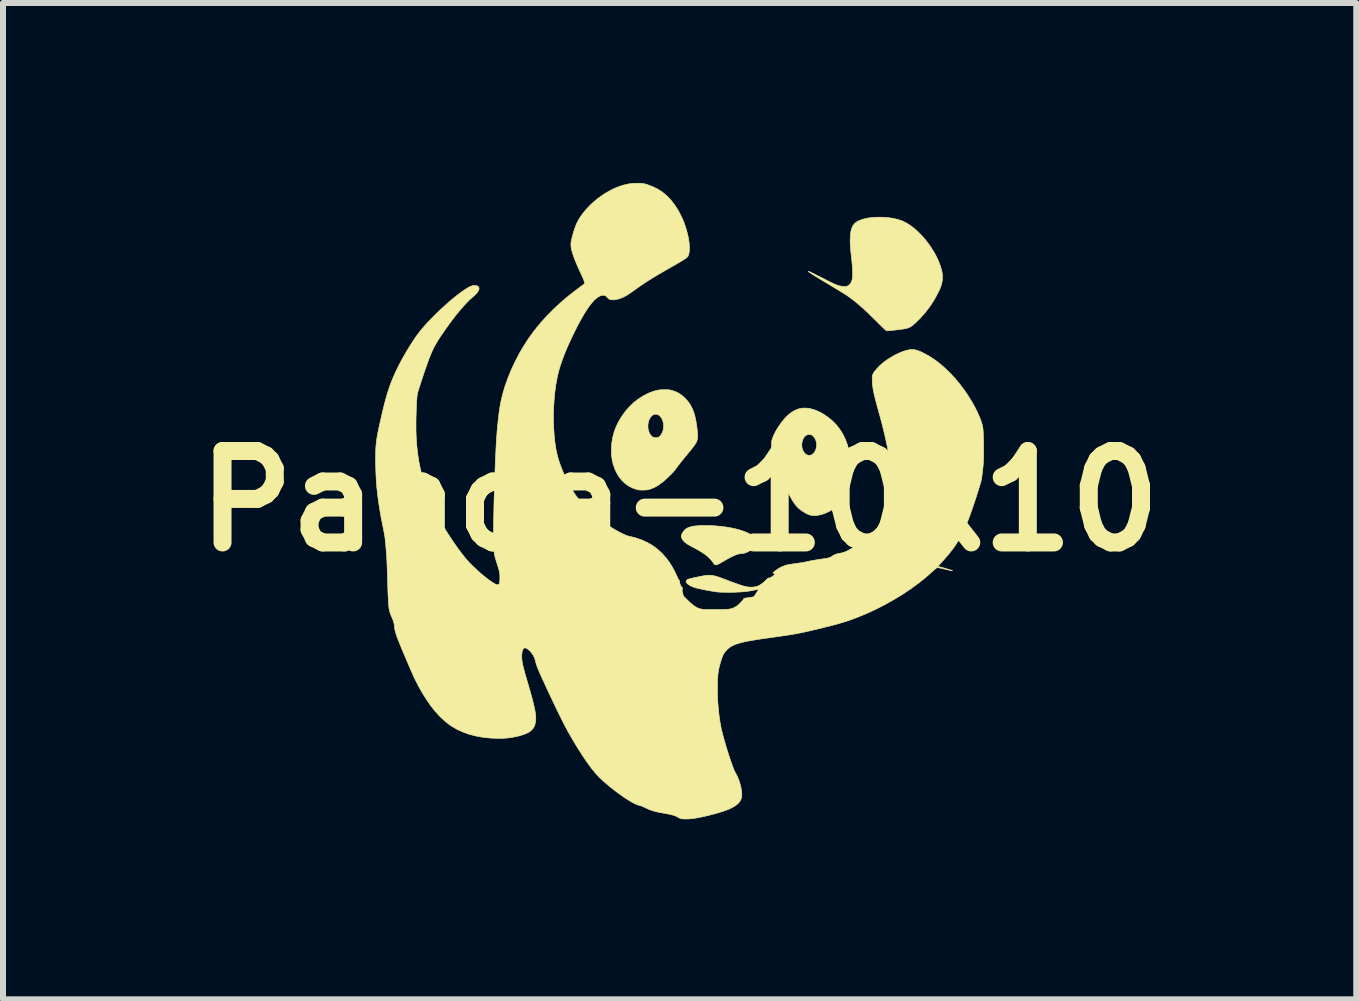
<source format=kicad_pcb>
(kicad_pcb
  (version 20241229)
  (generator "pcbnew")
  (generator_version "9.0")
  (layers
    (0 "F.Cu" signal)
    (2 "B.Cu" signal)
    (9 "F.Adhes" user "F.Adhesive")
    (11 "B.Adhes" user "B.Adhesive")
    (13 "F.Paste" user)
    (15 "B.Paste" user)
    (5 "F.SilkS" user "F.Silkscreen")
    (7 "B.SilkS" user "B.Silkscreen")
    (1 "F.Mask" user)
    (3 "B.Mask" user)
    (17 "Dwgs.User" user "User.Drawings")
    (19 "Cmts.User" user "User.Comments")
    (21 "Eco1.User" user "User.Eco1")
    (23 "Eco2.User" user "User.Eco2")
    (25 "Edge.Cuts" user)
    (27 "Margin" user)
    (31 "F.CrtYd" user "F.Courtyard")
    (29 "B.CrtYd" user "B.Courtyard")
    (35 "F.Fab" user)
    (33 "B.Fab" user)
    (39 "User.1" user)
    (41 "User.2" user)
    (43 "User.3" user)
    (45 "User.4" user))
  (footprint "Panda-10x10"
    (layer "F.Cu")
    (at 8.28 5.304)
    (property "Reference" "Panda-10x10" (at 0 0 0) (layer "F.SilkS") (effects (font (size 1.524 1.524) (thickness 0.3))))
    (attr through_hole)
    (fp_poly (pts (xy 0.514 0.408) (xy 0.6 0.413) (xy 0.684 0.421) (xy 0.766 0.431) (xy 0.844 0.444) (xy 0.918 0.459) (xy 0.987 0.477) (xy 1.049 0.496) (xy 1.105 0.517) (xy 1.152 0.539) (xy 1.191 0.563) (xy 1.219 0.588) (xy 1.224 0.593) (xy 1.243 0.625) (xy 1.253 0.658) (xy 1.254 0.693) (xy 1.246 0.728) (xy 1.23 0.762) (xy 1.206 0.794) (xy 1.176 0.822) (xy 1.141 0.845) (xy 1.099 0.863) (xy 1.072 0.87) (xy 1.049 0.874) (xy 1.028 0.877) (xy 1.014 0.878) (xy 0.986 0.881) (xy 0.95 0.892) (xy 0.906 0.91) (xy 0.855 0.934) (xy 0.795 0.966) (xy 0.728 1.005) (xy 0.726 1.006) (xy 0.686 1.029) (xy 0.654 1.047) (xy 0.63 1.058) (xy 0.615 1.062) (xy 0.6 1.064) (xy 0.59 1.061) (xy 0.581 1.053) (xy 0.575 1.045) (xy 0.563 1.031) (xy 0.548 1.011) (xy 0.532 0.99) (xy 0.529 0.986) (xy 0.5 0.953) (xy 0.464 0.92) (xy 0.421 0.886) (xy 0.369 0.851) (xy 0.308 0.815) (xy 0.246 0.781) (xy 0.201 0.758) (xy 0.166 0.738) (xy 0.137 0.721) (xy 0.114 0.706) (xy 0.095 0.692) (xy 0.078 0.677) (xy 0.068 0.666) (xy 0.044 0.635) (xy 0.03 0.604) (xy 0.028 0.583) (xy 0.031 0.567) (xy 0.04 0.545) (xy 0.053 0.522) (xy 0.069 0.5) (xy 0.077 0.49) (xy 0.099 0.469) (xy 0.125 0.451) (xy 0.157 0.437) (xy 0.194 0.426) (xy 0.238 0.417) (xy 0.291 0.412) (xy 0.352 0.408) (xy 0.423 0.407) (xy 0.428 0.407) (xy 0.514 0.408)) (stroke (width 0.01) (type solid)) (fill yes) (layer "F.SilkS"))
    (fp_poly (pts (xy 2.166 -1.544) (xy 2.181 -1.541) (xy 2.252 -1.52) (xy 2.325 -1.49) (xy 2.396 -1.451) (xy 2.466 -1.404) (xy 2.533 -1.351) (xy 2.594 -1.292) (xy 2.611 -1.274) (xy 2.67 -1.199) (xy 2.722 -1.116) (xy 2.765 -1.027) (xy 2.8 -0.931) (xy 2.827 -0.829) (xy 2.844 -0.72) (xy 2.853 -0.606) (xy 2.854 -0.487) (xy 2.849 -0.4) (xy 2.838 -0.306) (xy 2.819 -0.22) (xy 2.793 -0.142) (xy 2.76 -0.071) (xy 2.719 -0.008) (xy 2.67 0.048) (xy 2.613 0.098) (xy 2.579 0.122) (xy 2.513 0.162) (xy 2.448 0.194) (xy 2.385 0.218) (xy 2.323 0.234) (xy 2.266 0.241) (xy 2.213 0.24) (xy 2.185 0.235) (xy 2.149 0.224) (xy 2.109 0.205) (xy 2.067 0.18) (xy 2.025 0.152) (xy 1.987 0.122) (xy 1.955 0.09) (xy 1.95 0.085) (xy 1.925 0.054) (xy 1.898 0.016) (xy 1.869 -0.031) (xy 1.838 -0.086) (xy 1.804 -0.15) (xy 1.773 -0.213) (xy 1.729 -0.302) (xy 1.691 -0.383) (xy 1.657 -0.456) (xy 1.629 -0.521) (xy 1.604 -0.581) (xy 1.584 -0.635) (xy 1.567 -0.684) (xy 1.553 -0.729) (xy 1.55 -0.741) (xy 1.544 -0.767) (xy 1.539 -0.788) (xy 1.536 -0.808) (xy 1.534 -0.829) (xy 1.533 -0.853) (xy 1.533 -0.884) (xy 1.533 -0.903) (xy 1.533 -0.935) (xy 2.036 -0.935) (xy 2.04 -0.895) (xy 2.051 -0.856) (xy 2.057 -0.842) (xy 2.077 -0.808) (xy 2.101 -0.783) (xy 2.129 -0.768) (xy 2.157 -0.762) (xy 2.187 -0.766) (xy 2.206 -0.775) (xy 2.233 -0.796) (xy 2.256 -0.826) (xy 2.272 -0.861) (xy 2.282 -0.901) (xy 2.285 -0.942) (xy 2.28 -0.984) (xy 2.268 -1.023) (xy 2.267 -1.026) (xy 2.246 -1.061) (xy 2.222 -1.088) (xy 2.195 -1.105) (xy 2.165 -1.112) (xy 2.137 -1.109) (xy 2.108 -1.096) (xy 2.084 -1.075) (xy 2.064 -1.046) (xy 2.049 -1.012) (xy 2.04 -0.974) (xy 2.036 -0.935) (xy 1.533 -0.935) (xy 1.533 -0.938) (xy 1.533 -0.964) (xy 1.534 -0.984) (xy 1.536 -1.001) (xy 1.54 -1.016) (xy 1.544 -1.032) (xy 1.548 -1.044) (xy 1.566 -1.091) (xy 1.589 -1.139) (xy 1.617 -1.19) (xy 1.647 -1.238) (xy 1.701 -1.315) (xy 1.755 -1.38) (xy 1.81 -1.435) (xy 1.865 -1.479) (xy 1.922 -1.513) (xy 1.98 -1.536) (xy 2.04 -1.549) (xy 2.102 -1.551) (xy 2.166 -1.544)) (stroke (width 0.01) (type solid)) (fill yes) (layer "F.SilkS"))
    (fp_poly (pts (xy -0.219 -1.857) (xy -0.179 -1.855) (xy -0.145 -1.85) (xy -0.137 -1.848) (xy -0.072 -1.827) (xy -0.011 -1.797) (xy 0.045 -1.757) (xy 0.092 -1.714) (xy 0.136 -1.666) (xy 0.173 -1.614) (xy 0.204 -1.558) (xy 0.231 -1.496) (xy 0.253 -1.426) (xy 0.27 -1.349) (xy 0.281 -1.286) (xy 0.29 -1.218) (xy 0.297 -1.161) (xy 0.301 -1.113) (xy 0.301 -1.075) (xy 0.299 -1.048) (xy 0.299 -1.043) (xy 0.295 -1.025) (xy 0.29 -1.008) (xy 0.284 -0.992) (xy 0.276 -0.975) (xy 0.265 -0.957) (xy 0.251 -0.936) (xy 0.233 -0.911) (xy 0.21 -0.881) (xy 0.182 -0.846) (xy 0.147 -0.804) (xy 0.125 -0.776) (xy 0.085 -0.728) (xy 0.051 -0.686) (xy 0.022 -0.65) (xy -0.003 -0.618) (xy -0.025 -0.59) (xy -0.045 -0.563) (xy -0.065 -0.536) (xy -0.073 -0.524) (xy -0.089 -0.504) (xy -0.112 -0.478) (xy -0.14 -0.449) (xy -0.172 -0.418) (xy -0.205 -0.386) (xy -0.238 -0.356) (xy -0.27 -0.328) (xy -0.299 -0.305) (xy -0.303 -0.302) (xy -0.346 -0.271) (xy -0.386 -0.246) (xy -0.424 -0.226) (xy -0.464 -0.21) (xy -0.481 -0.203) (xy -0.505 -0.196) (xy -0.526 -0.19) (xy -0.547 -0.187) (xy -0.572 -0.185) (xy -0.602 -0.184) (xy -0.636 -0.184) (xy -0.662 -0.184) (xy -0.683 -0.187) (xy -0.704 -0.191) (xy -0.711 -0.193) (xy -0.784 -0.218) (xy -0.851 -0.252) (xy -0.911 -0.296) (xy -0.965 -0.348) (xy -1.013 -0.409) (xy -1.048 -0.468) (xy -1.081 -0.539) (xy -1.106 -0.61) (xy -1.124 -0.683) (xy -1.134 -0.76) (xy -1.137 -0.844) (xy -1.137 -0.85) (xy -1.132 -0.956) (xy -1.116 -1.058) (xy -1.09 -1.157) (xy -1.053 -1.253) (xy -1.045 -1.268) (xy -0.528 -1.268) (xy -0.528 -1.222) (xy -0.52 -1.179) (xy -0.506 -1.139) (xy -0.486 -1.105) (xy -0.461 -1.078) (xy -0.442 -1.065) (xy -0.42 -1.058) (xy -0.394 -1.056) (xy -0.368 -1.059) (xy -0.346 -1.067) (xy -0.344 -1.069) (xy -0.315 -1.097) (xy -0.293 -1.132) (xy -0.277 -1.172) (xy -0.269 -1.215) (xy -0.266 -1.26) (xy -0.271 -1.305) (xy -0.283 -1.347) (xy -0.301 -1.385) (xy -0.327 -1.417) (xy -0.329 -1.419) (xy -0.357 -1.439) (xy -0.386 -1.448) (xy -0.414 -1.448) (xy -0.442 -1.438) (xy -0.467 -1.419) (xy -0.489 -1.392) (xy -0.508 -1.356) (xy -0.522 -1.314) (xy -0.522 -1.313) (xy -0.528 -1.268) (xy -1.045 -1.268) (xy -1.017 -1.324) (xy -0.962 -1.416) (xy -0.9 -1.501) (xy -0.831 -1.578) (xy -0.758 -1.648) (xy -0.679 -1.708) (xy -0.596 -1.76) (xy -0.51 -1.803) (xy -0.421 -1.835) (xy -0.381 -1.845) (xy -0.347 -1.852) (xy -0.307 -1.856) (xy -0.263 -1.857) (xy -0.219 -1.857)) (stroke (width 0.01) (type solid)) (fill yes) (layer "F.SilkS"))
    (fp_poly (pts (xy 3.389 -4.732) (xy 3.475 -4.726) (xy 3.558 -4.714) (xy 3.636 -4.696) (xy 3.707 -4.673) (xy 3.716 -4.669) (xy 3.777 -4.639) (xy 3.84 -4.6) (xy 3.904 -4.552) (xy 3.967 -4.497) (xy 4.03 -4.435) (xy 4.09 -4.367) (xy 4.147 -4.294) (xy 4.2 -4.218) (xy 4.248 -4.139) (xy 4.276 -4.087) (xy 4.315 -4.006) (xy 4.344 -3.93) (xy 4.366 -3.86) (xy 4.379 -3.794) (xy 4.383 -3.732) (xy 4.379 -3.673) (xy 4.368 -3.617) (xy 4.363 -3.6) (xy 4.344 -3.55) (xy 4.319 -3.494) (xy 4.288 -3.434) (xy 4.254 -3.372) (xy 4.217 -3.311) (xy 4.178 -3.252) (xy 4.164 -3.234) (xy 4.126 -3.183) (xy 4.086 -3.133) (xy 4.043 -3.084) (xy 4.001 -3.038) (xy 3.959 -2.997) (xy 3.92 -2.96) (xy 3.883 -2.929) (xy 3.85 -2.906) (xy 3.833 -2.897) (xy 3.812 -2.888) (xy 3.783 -2.879) (xy 3.747 -2.872) (xy 3.703 -2.865) (xy 3.649 -2.858) (xy 3.596 -2.852) (xy 3.558 -2.848) (xy 3.524 -2.845) (xy 3.495 -2.842) (xy 3.472 -2.84) (xy 3.457 -2.838) (xy 3.452 -2.838) (xy 3.446 -2.842) (xy 3.433 -2.853) (xy 3.414 -2.87) (xy 3.39 -2.893) (xy 3.361 -2.921) (xy 3.328 -2.953) (xy 3.293 -2.989) (xy 3.285 -2.996) (xy 3.206 -3.074) (xy 3.133 -3.145) (xy 3.065 -3.208) (xy 3 -3.265) (xy 2.937 -3.318) (xy 2.876 -3.366) (xy 2.816 -3.41) (xy 2.797 -3.424) (xy 2.782 -3.433) (xy 2.759 -3.448) (xy 2.729 -3.467) (xy 2.692 -3.49) (xy 2.651 -3.515) (xy 2.606 -3.542) (xy 2.559 -3.571) (xy 2.51 -3.6) (xy 2.507 -3.602) (xy 2.432 -3.647) (xy 2.366 -3.687) (xy 2.309 -3.721) (xy 2.261 -3.751) (xy 2.222 -3.775) (xy 2.191 -3.795) (xy 2.168 -3.811) (xy 2.153 -3.821) (xy 2.146 -3.828) (xy 2.146 -3.83) (xy 2.151 -3.83) (xy 2.16 -3.827) (xy 2.175 -3.82) (xy 2.197 -3.81) (xy 2.225 -3.797) (xy 2.26 -3.779) (xy 2.304 -3.757) (xy 2.356 -3.731) (xy 2.417 -3.7) (xy 2.424 -3.696) (xy 2.479 -3.668) (xy 2.526 -3.644) (xy 2.566 -3.626) (xy 2.599 -3.611) (xy 2.629 -3.6) (xy 2.654 -3.591) (xy 2.678 -3.586) (xy 2.701 -3.582) (xy 2.724 -3.58) (xy 2.728 -3.58) (xy 2.754 -3.578) (xy 2.772 -3.579) (xy 2.786 -3.581) (xy 2.797 -3.585) (xy 2.803 -3.588) (xy 2.83 -3.606) (xy 2.852 -3.631) (xy 2.868 -3.663) (xy 2.877 -3.694) (xy 2.882 -3.719) (xy 2.884 -3.754) (xy 2.885 -3.797) (xy 2.883 -3.846) (xy 2.881 -3.901) (xy 2.876 -3.96) (xy 2.87 -4.021) (xy 2.869 -4.028) (xy 2.863 -4.088) (xy 2.857 -4.139) (xy 2.853 -4.182) (xy 2.849 -4.218) (xy 2.847 -4.249) (xy 2.845 -4.275) (xy 2.844 -4.3) (xy 2.844 -4.324) (xy 2.844 -4.348) (xy 2.845 -4.374) (xy 2.845 -4.378) (xy 2.849 -4.444) (xy 2.857 -4.5) (xy 2.87 -4.547) (xy 2.888 -4.587) (xy 2.911 -4.62) (xy 2.942 -4.648) (xy 2.979 -4.67) (xy 3.025 -4.689) (xy 3.062 -4.701) (xy 3.137 -4.718) (xy 3.218 -4.729) (xy 3.302 -4.733) (xy 3.389 -4.732)) (stroke (width 0.01) (type solid)) (fill yes) (layer "F.SilkS"))
    (fp_poly (pts (xy -0.652 -5.298) (xy -0.626 -5.296) (xy -0.604 -5.293) (xy -0.583 -5.289) (xy -0.559 -5.282) (xy -0.538 -5.276) (xy -0.449 -5.243) (xy -0.366 -5.202) (xy -0.289 -5.153) (xy -0.218 -5.095) (xy -0.152 -5.027) (xy -0.091 -4.951) (xy -0.034 -4.865) (xy 0.013 -4.779) (xy 0.034 -4.735) (xy 0.052 -4.696) (xy 0.068 -4.658) (xy 0.083 -4.617) (xy 0.094 -4.586) (xy 0.116 -4.515) (xy 0.134 -4.445) (xy 0.149 -4.377) (xy 0.158 -4.312) (xy 0.163 -4.252) (xy 0.164 -4.197) (xy 0.16 -4.149) (xy 0.152 -4.11) (xy 0.143 -4.089) (xy 0.139 -4.081) (xy 0.134 -4.074) (xy 0.126 -4.066) (xy 0.116 -4.057) (xy 0.102 -4.046) (xy 0.084 -4.034) (xy 0.06 -4.019) (xy 0.031 -4.001) (xy -0.005 -3.98) (xy -0.047 -3.955) (xy -0.098 -3.926) (xy -0.158 -3.892) (xy -0.177 -3.881) (xy -0.254 -3.836) (xy -0.322 -3.797) (xy -0.383 -3.761) (xy -0.438 -3.728) (xy -0.488 -3.697) (xy -0.535 -3.668) (xy -0.578 -3.639) (xy -0.621 -3.611) (xy -0.663 -3.582) (xy -0.707 -3.551) (xy -0.752 -3.519) (xy -0.754 -3.517) (xy -0.795 -3.488) (xy -0.829 -3.464) (xy -0.858 -3.445) (xy -0.883 -3.429) (xy -0.907 -3.416) (xy -0.931 -3.404) (xy -0.953 -3.394) (xy -1.003 -3.374) (xy -1.048 -3.362) (xy -1.09 -3.356) (xy -1.11 -3.355) (xy -1.148 -3.358) (xy -1.178 -3.369) (xy -1.2 -3.388) (xy -1.206 -3.395) (xy -1.224 -3.416) (xy -1.245 -3.428) (xy -1.272 -3.432) (xy -1.276 -3.432) (xy -1.309 -3.427) (xy -1.343 -3.412) (xy -1.379 -3.388) (xy -1.418 -3.355) (xy -1.458 -3.311) (xy -1.5 -3.258) (xy -1.544 -3.195) (xy -1.591 -3.121) (xy -1.639 -3.037) (xy -1.691 -2.943) (xy -1.744 -2.838) (xy -1.772 -2.782) (xy -1.824 -2.672) (xy -1.872 -2.565) (xy -1.915 -2.462) (xy -1.952 -2.365) (xy -1.984 -2.273) (xy -2.01 -2.189) (xy -2.021 -2.148) (xy -2.044 -2.043) (xy -2.064 -1.932) (xy -2.08 -1.815) (xy -2.091 -1.695) (xy -2.099 -1.572) (xy -2.103 -1.448) (xy -2.103 -1.325) (xy -2.098 -1.205) (xy -2.09 -1.088) (xy -2.078 -0.976) (xy -2.062 -0.87) (xy -2.041 -0.773) (xy -2.03 -0.729) (xy -2.008 -0.658) (xy -1.981 -0.581) (xy -1.949 -0.501) (xy -1.914 -0.421) (xy -1.877 -0.342) (xy -1.839 -0.269) (xy -1.811 -0.217) (xy -1.745 -0.114) (xy -1.673 -0.017) (xy -1.595 0.075) (xy -1.509 0.162) (xy -1.415 0.245) (xy -1.312 0.325) (xy -1.2 0.402) (xy -1.104 0.461) (xy -1.062 0.486) (xy -1.019 0.509) (xy -0.977 0.531) (xy -0.937 0.55) (xy -0.902 0.566) (xy -0.873 0.578) (xy -0.851 0.584) (xy -0.848 0.585) (xy -0.738 0.611) (xy -0.636 0.646) (xy -0.54 0.689) (xy -0.45 0.741) (xy -0.368 0.802) (xy -0.292 0.872) (xy -0.222 0.951) (xy -0.166 1.027) (xy -0.145 1.061) (xy -0.121 1.101) (xy -0.097 1.145) (xy -0.074 1.189) (xy -0.054 1.231) (xy -0.037 1.267) (xy -0.033 1.277) (xy -0.025 1.295) (xy -0.016 1.31) (xy -0.01 1.316) (xy -0.003 1.325) (xy -0.000092 1.34) (xy 0.000121 1.347) (xy 0.006 1.38) (xy 0.021 1.414) (xy 0.039 1.438) (xy 0.049 1.45) (xy 0.053 1.458) (xy 0.051 1.464) (xy 0.048 1.468) (xy 0.043 1.474) (xy 0.042 1.48) (xy 0.042 1.49) (xy 0.045 1.506) (xy 0.051 1.53) (xy 0.063 1.582) (xy 0.13 1.649) (xy 0.174 1.691) (xy 0.213 1.725) (xy 0.249 1.752) (xy 0.282 1.772) (xy 0.299 1.78) (xy 0.315 1.787) (xy 0.331 1.793) (xy 0.347 1.797) (xy 0.365 1.801) (xy 0.387 1.804) (xy 0.412 1.806) (xy 0.443 1.807) (xy 0.481 1.808) (xy 0.528 1.808) (xy 0.583 1.808) (xy 0.596 1.808) (xy 0.656 1.808) (xy 0.706 1.808) (xy 0.748 1.807) (xy 0.782 1.805) (xy 0.811 1.803) (xy 0.835 1.8) (xy 0.855 1.795) (xy 0.874 1.79) (xy 0.893 1.783) (xy 0.912 1.774) (xy 0.921 1.769) (xy 0.946 1.755) (xy 0.97 1.738) (xy 0.995 1.716) (xy 1.01 1.701) (xy 1.029 1.681) (xy 1.046 1.662) (xy 1.059 1.647) (xy 1.065 1.637) (xy 1.069 1.629) (xy 1.074 1.623) (xy 1.082 1.62) (xy 1.097 1.617) (xy 1.12 1.614) (xy 1.123 1.613) (xy 1.15 1.61) (xy 1.179 1.605) (xy 1.203 1.602) (xy 1.208 1.601) (xy 1.227 1.597) (xy 1.239 1.592) (xy 1.247 1.584) (xy 1.256 1.571) (xy 1.257 1.569) (xy 1.268 1.551) (xy 1.282 1.529) (xy 1.296 1.508) (xy 1.307 1.491) (xy 1.315 1.478) (xy 1.318 1.471) (xy 1.318 1.471) (xy 1.312 1.471) (xy 1.298 1.473) (xy 1.283 1.476) (xy 1.205 1.493) (xy 1.118 1.506) (xy 1.02 1.515) (xy 0.912 1.52) (xy 0.82 1.521) (xy 0.769 1.52) (xy 0.726 1.52) (xy 0.688 1.519) (xy 0.653 1.517) (xy 0.62 1.514) (xy 0.585 1.509) (xy 0.548 1.503) (xy 0.505 1.496) (xy 0.455 1.486) (xy 0.417 1.479) (xy 0.36 1.467) (xy 0.312 1.457) (xy 0.272 1.447) (xy 0.239 1.437) (xy 0.211 1.426) (xy 0.187 1.415) (xy 0.165 1.403) (xy 0.155 1.396) (xy 0.129 1.377) (xy 0.114 1.36) (xy 0.109 1.344) (xy 0.112 1.328) (xy 0.113 1.326) (xy 0.124 1.313) (xy 0.136 1.304) (xy 0.151 1.3) (xy 0.174 1.294) (xy 0.204 1.286) (xy 0.239 1.278) (xy 0.277 1.27) (xy 0.316 1.262) (xy 0.354 1.254) (xy 0.389 1.248) (xy 0.419 1.242) (xy 0.442 1.239) (xy 0.453 1.238) (xy 0.479 1.236) (xy 0.504 1.236) (xy 0.529 1.238) (xy 0.555 1.241) (xy 0.583 1.247) (xy 0.615 1.256) (xy 0.651 1.267) (xy 0.694 1.282) (xy 0.745 1.301) (xy 0.803 1.323) (xy 0.82 1.33) (xy 0.893 1.357) (xy 0.957 1.38) (xy 1.012 1.399) (xy 1.059 1.414) (xy 1.099 1.424) (xy 1.13 1.431) (xy 1.165 1.434) (xy 1.204 1.435) (xy 1.243 1.432) (xy 1.278 1.426) (xy 1.298 1.42) (xy 1.332 1.403) (xy 1.368 1.38) (xy 1.406 1.35) (xy 1.443 1.316) (xy 1.443 1.315) (xy 1.462 1.297) (xy 1.474 1.286) (xy 1.483 1.281) (xy 1.489 1.281) (xy 1.492 1.282) (xy 1.499 1.283) (xy 1.508 1.28) (xy 1.521 1.273) (xy 1.541 1.26) (xy 1.547 1.255) (xy 1.592 1.224) (xy 1.556 1.194) (xy 1.58 1.174) (xy 1.634 1.134) (xy 1.693 1.1) (xy 1.755 1.075) (xy 1.786 1.066) (xy 1.806 1.061) (xy 1.835 1.056) (xy 1.868 1.051) (xy 1.905 1.045) (xy 1.935 1.041) (xy 1.975 1.036) (xy 2.006 1.031) (xy 2.031 1.028) (xy 2.055 1.024) (xy 2.078 1.019) (xy 2.105 1.014) (xy 2.137 1.007) (xy 2.167 1) (xy 2.198 0.994) (xy 2.236 0.987) (xy 2.278 0.98) (xy 2.322 0.973) (xy 2.363 0.967) (xy 2.363 0.967) (xy 2.408 0.96) (xy 2.444 0.955) (xy 2.472 0.949) (xy 2.494 0.943) (xy 2.512 0.937) (xy 2.528 0.929) (xy 2.543 0.919) (xy 2.552 0.913) (xy 2.591 0.891) (xy 2.637 0.876) (xy 2.671 0.87) (xy 2.701 0.865) (xy 2.731 0.857) (xy 2.764 0.845) (xy 2.802 0.827) (xy 2.82 0.818) (xy 2.885 0.781) (xy 2.955 0.736) (xy 3.026 0.684) (xy 3.099 0.627) (xy 3.171 0.566) (xy 3.241 0.503) (xy 3.306 0.438) (xy 3.366 0.373) (xy 3.419 0.31) (xy 3.436 0.288) (xy 3.464 0.248) (xy 3.487 0.206) (xy 3.506 0.163) (xy 3.521 0.117) (xy 3.532 0.066) (xy 3.54 0.01) (xy 3.545 -0.055) (xy 3.547 -0.128) (xy 3.547 -0.16) (xy 3.543 -0.301) (xy 3.532 -0.449) (xy 3.514 -0.604) (xy 3.489 -0.767) (xy 3.457 -0.937) (xy 3.418 -1.115) (xy 3.372 -1.301) (xy 3.325 -1.472) (xy 3.3 -1.562) (xy 3.278 -1.643) (xy 3.26 -1.715) (xy 3.244 -1.78) (xy 3.232 -1.838) (xy 3.223 -1.89) (xy 3.217 -1.936) (xy 3.213 -1.979) (xy 3.212 -2.018) (xy 3.212 -2.018) (xy 3.211 -2.048) (xy 3.212 -2.069) (xy 3.213 -2.085) (xy 3.216 -2.097) (xy 3.221 -2.11) (xy 3.228 -2.125) (xy 3.229 -2.127) (xy 3.244 -2.152) (xy 3.267 -2.182) (xy 3.295 -2.214) (xy 3.328 -2.248) (xy 3.363 -2.281) (xy 3.399 -2.311) (xy 3.411 -2.321) (xy 3.473 -2.365) (xy 3.537 -2.405) (xy 3.601 -2.441) (xy 3.666 -2.471) (xy 3.728 -2.496) (xy 3.787 -2.514) (xy 3.841 -2.525) (xy 3.862 -2.527) (xy 3.89 -2.527) (xy 3.919 -2.524) (xy 3.95 -2.516) (xy 3.986 -2.504) (xy 4.027 -2.487) (xy 4.072 -2.465) (xy 4.159 -2.418) (xy 4.248 -2.36) (xy 4.336 -2.294) (xy 4.423 -2.218) (xy 4.509 -2.135) (xy 4.593 -2.045) (xy 4.673 -1.948) (xy 4.75 -1.846) (xy 4.791 -1.786) (xy 4.835 -1.717) (xy 4.878 -1.646) (xy 4.918 -1.575) (xy 4.954 -1.505) (xy 4.985 -1.437) (xy 5.011 -1.375) (xy 5.03 -1.323) (xy 5.038 -1.297) (xy 5.045 -1.272) (xy 5.05 -1.248) (xy 5.055 -1.223) (xy 5.059 -1.196) (xy 5.061 -1.165) (xy 5.063 -1.129) (xy 5.065 -1.087) (xy 5.066 -1.037) (xy 5.067 -0.978) (xy 5.068 -0.953) (xy 5.068 -0.873) (xy 5.068 -0.803) (xy 5.067 -0.74) (xy 5.065 -0.682) (xy 5.063 -0.628) (xy 5.059 -0.575) (xy 5.053 -0.522) (xy 5.047 -0.467) (xy 5.046 -0.461) (xy 5.042 -0.429) (xy 5.038 -0.402) (xy 5.035 -0.377) (xy 5.03 -0.354) (xy 5.025 -0.33) (xy 5.018 -0.304) (xy 5.009 -0.274) (xy 4.998 -0.238) (xy 4.985 -0.195) (xy 4.973 -0.157) (xy 4.936 -0.041) (xy 4.9 0.066) (xy 4.867 0.164) (xy 4.835 0.253) (xy 4.803 0.336) (xy 4.772 0.411) (xy 4.741 0.481) (xy 4.71 0.546) (xy 4.678 0.608) (xy 4.644 0.666) (xy 4.608 0.722) (xy 4.571 0.776) (xy 4.53 0.83) (xy 4.487 0.884) (xy 4.44 0.939) (xy 4.389 0.996) (xy 4.375 1.012) (xy 4.349 1.041) (xy 4.33 1.062) (xy 4.317 1.077) (xy 4.309 1.087) (xy 4.306 1.093) (xy 4.307 1.095) (xy 4.312 1.096) (xy 4.314 1.095) (xy 4.326 1.095) (xy 4.347 1.099) (xy 4.376 1.106) (xy 4.414 1.117) (xy 4.434 1.123) (xy 4.472 1.135) (xy 4.501 1.144) (xy 4.522 1.15) (xy 4.536 1.155) (xy 4.545 1.158) (xy 4.549 1.16) (xy 4.55 1.161) (xy 4.55 1.162) (xy 4.549 1.162) (xy 4.543 1.162) (xy 4.528 1.16) (xy 4.507 1.155) (xy 4.482 1.149) (xy 4.478 1.148) (xy 4.421 1.134) (xy 4.375 1.124) (xy 4.339 1.116) (xy 4.314 1.111) (xy 4.299 1.109) (xy 4.298 1.109) (xy 4.288 1.113) (xy 4.271 1.125) (xy 4.247 1.145) (xy 4.22 1.169) (xy 4.107 1.269) (xy 3.985 1.367) (xy 3.854 1.463) (xy 3.716 1.555) (xy 3.573 1.642) (xy 3.425 1.725) (xy 3.274 1.802) (xy 3.122 1.873) (xy 2.969 1.936) (xy 2.818 1.992) (xy 2.673 2.037) (xy 2.64 2.047) (xy 2.598 2.058) (xy 2.549 2.071) (xy 2.494 2.085) (xy 2.436 2.099) (xy 2.376 2.114) (xy 2.317 2.129) (xy 2.259 2.143) (xy 2.205 2.155) (xy 2.156 2.167) (xy 2.153 2.167) (xy 2.104 2.178) (xy 2.057 2.189) (xy 2.012 2.198) (xy 1.966 2.207) (xy 1.92 2.215) (xy 1.872 2.224) (xy 1.819 2.232) (xy 1.762 2.241) (xy 1.698 2.25) (xy 1.627 2.26) (xy 1.546 2.272) (xy 1.502 2.278) (xy 1.402 2.292) (xy 1.313 2.305) (xy 1.234 2.318) (xy 1.163 2.33) (xy 1.1 2.342) (xy 1.045 2.355) (xy 0.997 2.368) (xy 0.954 2.381) (xy 0.917 2.395) (xy 0.884 2.41) (xy 0.856 2.425) (xy 0.83 2.443) (xy 0.807 2.461) (xy 0.797 2.47) (xy 0.771 2.497) (xy 0.749 2.525) (xy 0.729 2.558) (xy 0.712 2.597) (xy 0.695 2.643) (xy 0.679 2.697) (xy 0.669 2.734) (xy 0.659 2.772) (xy 0.652 2.808) (xy 0.646 2.843) (xy 0.641 2.878) (xy 0.637 2.917) (xy 0.635 2.961) (xy 0.633 3.011) (xy 0.631 3.068) (xy 0.631 3.168) (xy 0.633 3.272) (xy 0.639 3.377) (xy 0.648 3.482) (xy 0.659 3.583) (xy 0.673 3.679) (xy 0.689 3.766) (xy 0.692 3.782) (xy 0.705 3.836) (xy 0.72 3.897) (xy 0.739 3.965) (xy 0.759 4.036) (xy 0.78 4.109) (xy 0.803 4.182) (xy 0.825 4.252) (xy 0.847 4.317) (xy 0.862 4.359) (xy 0.877 4.401) (xy 0.889 4.435) (xy 0.899 4.461) (xy 0.908 4.483) (xy 0.916 4.501) (xy 0.924 4.518) (xy 0.934 4.535) (xy 0.943 4.552) (xy 0.966 4.598) (xy 0.987 4.65) (xy 1.006 4.706) (xy 1.02 4.762) (xy 1.031 4.818) (xy 1.037 4.869) (xy 1.037 4.913) (xy 1.037 4.915) (xy 1.029 4.956) (xy 1.013 4.994) (xy 0.987 5.029) (xy 0.952 5.062) (xy 0.906 5.094) (xy 0.85 5.123) (xy 0.848 5.125) (xy 0.807 5.142) (xy 0.757 5.161) (xy 0.699 5.18) (xy 0.636 5.199) (xy 0.569 5.218) (xy 0.499 5.236) (xy 0.429 5.253) (xy 0.359 5.268) (xy 0.293 5.281) (xy 0.231 5.291) (xy 0.226 5.292) (xy 0.191 5.296) (xy 0.153 5.299) (xy 0.115 5.3) (xy 0.08 5.3) (xy 0.049 5.298) (xy 0.025 5.295) (xy 0.015 5.292) (xy -0.001 5.285) (xy -0.021 5.275) (xy -0.037 5.265) (xy -0.055 5.256) (xy -0.076 5.247) (xy -0.099 5.239) (xy -0.129 5.231) (xy -0.164 5.222) (xy -0.208 5.214) (xy -0.262 5.204) (xy -0.262 5.204) (xy -0.324 5.193) (xy -0.376 5.182) (xy -0.422 5.17) (xy -0.463 5.158) (xy -0.502 5.144) (xy -0.54 5.127) (xy -0.57 5.113) (xy -0.604 5.097) (xy -0.635 5.084) (xy -0.659 5.075) (xy -0.674 5.072) (xy -0.7 5.065) (xy -0.734 5.051) (xy -0.773 5.032) (xy -0.818 5.006) (xy -0.868 4.976) (xy -0.921 4.941) (xy -0.976 4.903) (xy -1.033 4.862) (xy -1.09 4.818) (xy -1.148 4.773) (xy -1.204 4.726) (xy -1.258 4.68) (xy -1.309 4.633) (xy -1.328 4.616) (xy -1.378 4.563) (xy -1.432 4.501) (xy -1.489 4.428) (xy -1.55 4.344) (xy -1.613 4.25) (xy -1.681 4.145) (xy -1.738 4.053) (xy -1.77 3.998) (xy -1.801 3.946) (xy -1.831 3.894) (xy -1.86 3.843) (xy -1.888 3.79) (xy -1.917 3.736) (xy -1.947 3.678) (xy -1.978 3.616) (xy -2.012 3.548) (xy -2.047 3.475) (xy -2.086 3.394) (xy -2.128 3.305) (xy -2.161 3.236) (xy -2.2 3.153) (xy -2.234 3.079) (xy -2.264 3.013) (xy -2.291 2.956) (xy -2.313 2.906) (xy -2.333 2.862) (xy -2.349 2.824) (xy -2.363 2.791) (xy -2.374 2.763) (xy -2.383 2.738) (xy -2.39 2.716) (xy -2.395 2.697) (xy -2.4 2.679) (xy -2.402 2.67) (xy -2.418 2.614) (xy -2.445 2.562) (xy -2.481 2.514) (xy -2.503 2.492) (xy -2.53 2.469) (xy -2.552 2.454) (xy -2.57 2.448) (xy -2.587 2.449) (xy -2.589 2.449) (xy -2.604 2.46) (xy -2.616 2.481) (xy -2.625 2.509) (xy -2.63 2.545) (xy -2.632 2.586) (xy -2.63 2.633) (xy -2.629 2.642) (xy -2.626 2.665) (xy -2.623 2.688) (xy -2.619 2.713) (xy -2.613 2.739) (xy -2.606 2.769) (xy -2.597 2.804) (xy -2.586 2.845) (xy -2.573 2.893) (xy -2.556 2.95) (xy -2.543 2.995) (xy -2.516 3.087) (xy -2.492 3.17) (xy -2.472 3.243) (xy -2.454 3.309) (xy -2.439 3.367) (xy -2.427 3.418) (xy -2.417 3.463) (xy -2.409 3.504) (xy -2.404 3.539) (xy -2.4 3.572) (xy -2.398 3.601) (xy -2.398 3.628) (xy -2.399 3.654) (xy -2.401 3.674) (xy -2.41 3.719) (xy -2.424 3.758) (xy -2.445 3.793) (xy -2.472 3.823) (xy -2.508 3.85) (xy -2.552 3.873) (xy -2.606 3.894) (xy -2.669 3.913) (xy -2.724 3.926) (xy -2.78 3.937) (xy -2.83 3.945) (xy -2.88 3.951) (xy -2.931 3.954) (xy -2.989 3.956) (xy -3.026 3.956) (xy -3.154 3.951) (xy -3.277 3.938) (xy -3.395 3.917) (xy -3.507 3.888) (xy -3.613 3.85) (xy -3.712 3.805) (xy -3.803 3.751) (xy -3.843 3.724) (xy -3.919 3.663) (xy -3.995 3.592) (xy -4.07 3.51) (xy -4.143 3.419) (xy -4.214 3.317) (xy -4.284 3.207) (xy -4.352 3.087) (xy -4.413 2.967) (xy -4.425 2.942) (xy -4.44 2.908) (xy -4.458 2.867) (xy -4.479 2.821) (xy -4.501 2.769) (xy -4.525 2.714) (xy -4.549 2.657) (xy -4.574 2.599) (xy -4.598 2.542) (xy -4.622 2.485) (xy -4.644 2.431) (xy -4.665 2.381) (xy -4.683 2.336) (xy -4.699 2.296) (xy -4.711 2.265) (xy -4.719 2.241) (xy -4.721 2.236) (xy -4.731 2.203) (xy -4.741 2.168) (xy -4.748 2.135) (xy -4.753 2.106) (xy -4.754 2.086) (xy -4.758 2.051) (xy -4.769 2.01) (xy -4.785 1.963) (xy -4.801 1.929) (xy -4.81 1.908) (xy -4.818 1.887) (xy -4.826 1.866) (xy -4.832 1.845) (xy -4.838 1.821) (xy -4.843 1.794) (xy -4.847 1.763) (xy -4.85 1.728) (xy -4.854 1.687) (xy -4.856 1.64) (xy -4.859 1.586) (xy -4.862 1.523) (xy -4.864 1.452) (xy -4.867 1.37) (xy -4.867 1.347) (xy -4.87 1.259) (xy -4.873 1.18) (xy -4.875 1.11) (xy -4.878 1.047) (xy -4.88 0.99) (xy -4.883 0.938) (xy -4.886 0.888) (xy -4.89 0.841) (xy -4.894 0.795) (xy -4.898 0.747) (xy -4.898 0.743) (xy -4.903 0.696) (xy -4.907 0.657) (xy -4.91 0.624) (xy -4.914 0.594) (xy -4.919 0.564) (xy -4.924 0.533) (xy -4.931 0.498) (xy -4.939 0.457) (xy -4.948 0.414) (xy -4.976 0.272) (xy -4.999 0.139) (xy -5.019 0.012) (xy -5.035 -0.111) (xy -5.048 -0.23) (xy -5.057 -0.35) (xy -5.063 -0.47) (xy -5.067 -0.594) (xy -5.067 -0.616) (xy -5.068 -0.692) (xy -5.068 -0.76) (xy -5.067 -0.821) (xy -5.065 -0.877) (xy -5.061 -0.93) (xy -5.056 -0.982) (xy -5.049 -1.034) (xy -5.04 -1.089) (xy -5.029 -1.148) (xy -5.015 -1.213) (xy -4.999 -1.286) (xy -4.991 -1.322) (xy -4.968 -1.422) (xy -4.947 -1.513) (xy -4.927 -1.594) (xy -4.908 -1.668) (xy -4.889 -1.736) (xy -4.871 -1.799) (xy -4.852 -1.857) (xy -4.833 -1.913) (xy -4.814 -1.966) (xy -4.793 -2.019) (xy -4.77 -2.073) (xy -4.746 -2.128) (xy -4.722 -2.178) (xy -4.685 -2.254) (xy -4.643 -2.335) (xy -4.597 -2.418) (xy -4.548 -2.502) (xy -4.498 -2.584) (xy -4.448 -2.662) (xy -4.4 -2.734) (xy -4.362 -2.786) (xy -4.32 -2.84) (xy -4.272 -2.898) (xy -4.218 -2.958) (xy -4.16 -3.02) (xy -4.099 -3.082) (xy -4.035 -3.145) (xy -3.97 -3.207) (xy -3.904 -3.267) (xy -3.839 -3.325) (xy -3.774 -3.379) (xy -3.712 -3.429) (xy -3.653 -3.474) (xy -3.598 -3.513) (xy -3.548 -3.546) (xy -3.504 -3.571) (xy -3.494 -3.575) (xy -3.469 -3.586) (xy -3.449 -3.592) (xy -3.428 -3.595) (xy -3.422 -3.595) (xy -3.388 -3.592) (xy -3.364 -3.583) (xy -3.349 -3.569) (xy -3.343 -3.549) (xy -3.346 -3.526) (xy -3.356 -3.503) (xy -3.372 -3.478) (xy -3.396 -3.451) (xy -3.428 -3.421) (xy -3.453 -3.399) (xy -3.5 -3.357) (xy -3.551 -3.306) (xy -3.605 -3.247) (xy -3.662 -3.181) (xy -3.722 -3.109) (xy -3.782 -3.031) (xy -3.843 -2.949) (xy -3.904 -2.864) (xy -3.956 -2.788) (xy -3.986 -2.744) (xy -4.013 -2.703) (xy -4.037 -2.664) (xy -4.06 -2.626) (xy -4.081 -2.588) (xy -4.101 -2.551) (xy -4.12 -2.511) (xy -4.139 -2.469) (xy -4.157 -2.424) (xy -4.177 -2.375) (xy -4.197 -2.32) (xy -4.219 -2.259) (xy -4.242 -2.191) (xy -4.268 -2.116) (xy -4.296 -2.031) (xy -4.317 -1.966) (xy -4.33 -1.926) (xy -4.342 -1.889) (xy -4.352 -1.856) (xy -4.361 -1.829) (xy -4.367 -1.809) (xy -4.37 -1.798) (xy -4.37 -1.797) (xy -4.374 -1.771) (xy -4.378 -1.735) (xy -4.382 -1.691) (xy -4.385 -1.64) (xy -4.388 -1.583) (xy -4.39 -1.523) (xy -4.392 -1.459) (xy -4.394 -1.393) (xy -4.395 -1.328) (xy -4.395 -1.263) (xy -4.395 -1.201) (xy -4.394 -1.143) (xy -4.392 -1.091) (xy -4.39 -1.046) (xy -4.38 -0.913) (xy -4.366 -0.787) (xy -4.348 -0.666) (xy -4.324 -0.548) (xy -4.295 -0.429) (xy -4.26 -0.307) (xy -4.237 -0.235) (xy -4.215 -0.169) (xy -4.192 -0.105) (xy -4.17 -0.043) (xy -4.148 0.013) (xy -4.128 0.062) (xy -4.117 0.089) (xy -4.083 0.16) (xy -4.043 0.237) (xy -3.997 0.32) (xy -3.948 0.405) (xy -3.895 0.492) (xy -3.839 0.579) (xy -3.783 0.665) (xy -3.726 0.747) (xy -3.67 0.825) (xy -3.615 0.896) (xy -3.564 0.96) (xy -3.539 0.988) (xy -3.503 1.029) (xy -3.461 1.07) (xy -3.417 1.113) (xy -3.37 1.156) (xy -3.322 1.199) (xy -3.275 1.239) (xy -3.228 1.277) (xy -3.184 1.311) (xy -3.142 1.34) (xy -3.106 1.364) (xy -3.075 1.382) (xy -3.053 1.392) (xy -3.034 1.396) (xy -3.02 1.392) (xy -3.009 1.381) (xy -3.002 1.362) (xy -2.998 1.333) (xy -2.996 1.294) (xy -2.996 1.284) (xy -2.996 1.252) (xy -2.998 1.223) (xy -3.001 1.196) (xy -3.006 1.168) (xy -3.014 1.136) (xy -3.025 1.1) (xy -3.039 1.056) (xy -3.046 1.034) (xy -3.059 0.993) (xy -3.07 0.957) (xy -3.079 0.924) (xy -3.086 0.891) (xy -3.091 0.858) (xy -3.095 0.822) (xy -3.097 0.781) (xy -3.099 0.734) (xy -3.101 0.678) (xy -3.101 0.657) (xy -3.102 0.606) (xy -3.102 0.545) (xy -3.102 0.475) (xy -3.101 0.397) (xy -3.1 0.312) (xy -3.098 0.222) (xy -3.096 0.126) (xy -3.094 0.027) (xy -3.091 -0.074) (xy -3.088 -0.178) (xy -3.085 -0.281) (xy -3.082 -0.384) (xy -3.078 -0.486) (xy -3.074 -0.585) (xy -3.071 -0.681) (xy -3.066 -0.771) (xy -3.062 -0.856) (xy -3.058 -0.934) (xy -3.056 -0.969) (xy -3.049 -1.071) (xy -3.042 -1.17) (xy -3.033 -1.267) (xy -3.023 -1.36) (xy -3.013 -1.446) (xy -3.002 -1.526) (xy -2.991 -1.596) (xy -2.982 -1.645) (xy -2.952 -1.775) (xy -2.913 -1.908) (xy -2.865 -2.043) (xy -2.81 -2.18) (xy -2.747 -2.316) (xy -2.678 -2.449) (xy -2.611 -2.566) (xy -2.523 -2.703) (xy -2.428 -2.834) (xy -2.325 -2.962) (xy -2.213 -3.087) (xy -2.092 -3.209) (xy -1.96 -3.329) (xy -1.858 -3.415) (xy -1.839 -3.431) (xy -1.814 -3.45) (xy -1.785 -3.473) (xy -1.754 -3.497) (xy -1.722 -3.521) (xy -1.69 -3.545) (xy -1.66 -3.568) (xy -1.633 -3.588) (xy -1.611 -3.604) (xy -1.594 -3.616) (xy -1.585 -3.622) (xy -1.582 -3.627) (xy -1.582 -3.636) (xy -1.586 -3.651) (xy -1.593 -3.673) (xy -1.604 -3.701) (xy -1.62 -3.738) (xy -1.64 -3.782) (xy -1.656 -3.816) (xy -1.694 -3.9) (xy -1.726 -3.975) (xy -1.754 -4.042) (xy -1.775 -4.102) (xy -1.792 -4.155) (xy -1.803 -4.202) (xy -1.81 -4.243) (xy -1.812 -4.279) (xy -1.81 -4.309) (xy -1.803 -4.351) (xy -1.791 -4.399) (xy -1.777 -4.452) (xy -1.761 -4.506) (xy -1.744 -4.557) (xy -1.726 -4.604) (xy -1.713 -4.635) (xy -1.674 -4.707) (xy -1.625 -4.78) (xy -1.567 -4.852) (xy -1.502 -4.922) (xy -1.431 -4.989) (xy -1.354 -5.052) (xy -1.273 -5.109) (xy -1.226 -5.139) (xy -1.131 -5.192) (xy -1.038 -5.234) (xy -0.947 -5.265) (xy -0.857 -5.287) (xy -0.769 -5.298) (xy -0.685 -5.299) (xy -0.652 -5.298)) (stroke (width 0.01) (type solid)) (fill yes) (layer "F.SilkS")))
  (gr_rect
    (start -3 -3)
    (end 19.561 13.61)
    (stroke (width 0.1) (type default))
    (fill no)
    (layer "Edge.Cuts")))
</source>
